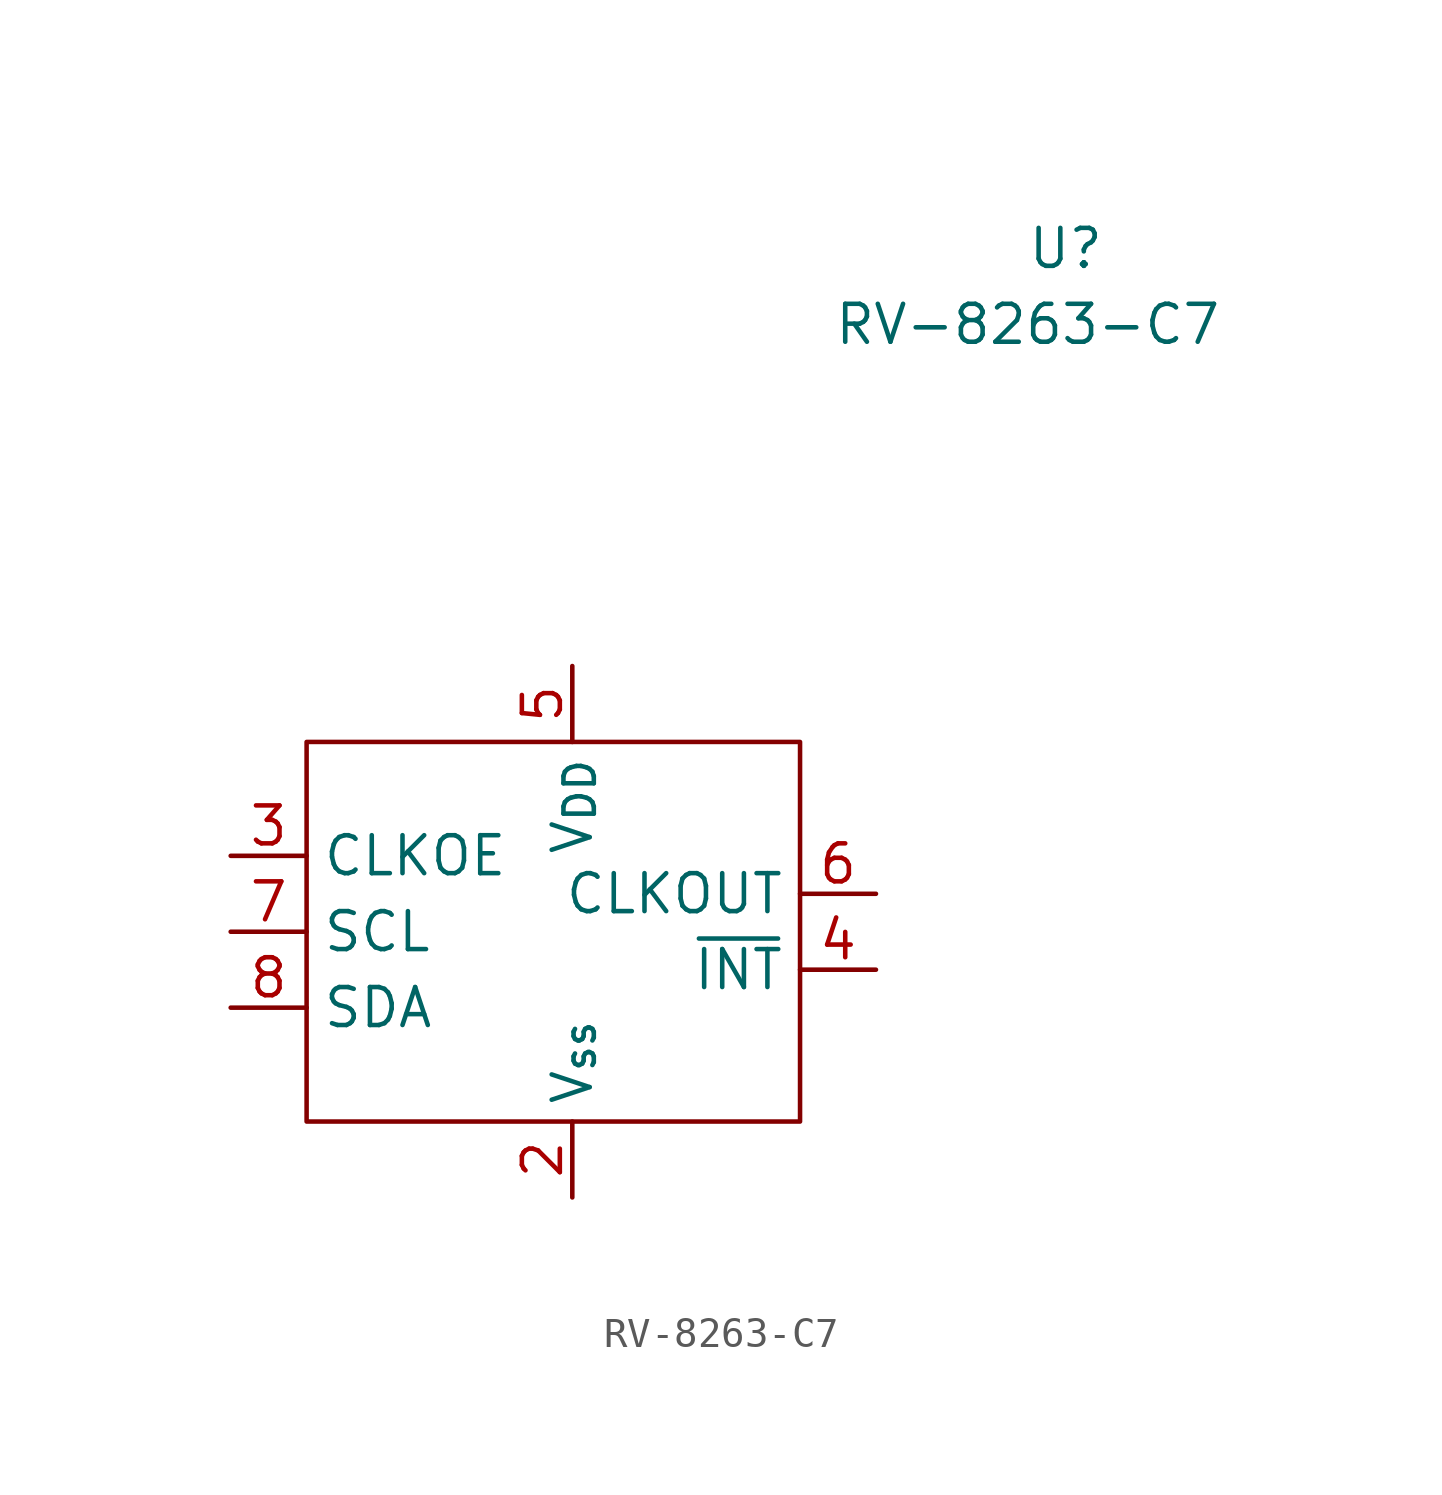
<source format=kicad_sym>
(kicad_symbol_lib
  (version 20211014)
  (generator kicad_symbol_editor)
  (symbol "RV-8263-C7"
    (property "Reference" "U"
      (at 16.51 22.86 0)
      (effects (font (size 1.27 1.27))))
    (property "Value" "RV-8263-C7"
      (at 15.24 20.32 0)
      (effects (font (size 1.27 1.27))))
    (symbol "RV-8263-C7_0_1"
      (rectangle (start -8.89 6.35) (end 7.62 -6.35) (stroke (width 0.152) (type default) (color 0 0 0 0)) (fill (type none))))
    (symbol "RV-8263-C7_1_1"
      (pin no_connect line (at 0 0 0) (length 2.54) hide (name "NC" (effects (font (size 1.27 1.27)))) (number "1" (effects (font (size 1.27 1.27)))))
      (pin power_in line (at 0 -8.89 90) (length 2.54) (name "V_{ss}" (effects (font (size 1.27 1.27)))) (number "2" (effects (font (size 1.27 1.27)))))
      (pin input line (at -11.43 2.54 0) (length 2.54) (name "CLKOE" (effects (font (size 1.27 1.27)))) (number "3" (effects (font (size 1.27 1.27)))))
      (pin output line (at 10.16 -1.27 180) (length 2.54) (name "~{INT}" (effects (font (size 1.27 1.27)))) (number "4" (effects (font (size 1.27 1.27)))))
      (pin power_in line (at 0 8.89 270) (length 2.54) (name "V_{DD}" (effects (font (size 1.27 1.27)))) (number "5" (effects (font (size 1.27 1.27)))))
      (pin output line (at 10.16 1.27 180) (length 2.54) (name "CLKOUT" (effects (font (size 1.27 1.27)))) (number "6" (effects (font (size 1.27 1.27)))))
      (pin open_collector line (at -11.43 0 0) (length 2.54) (name "SCL" (effects (font (size 1.27 1.27)))) (number "7" (effects (font (size 1.27 1.27)))))
      (pin open_collector line (at -11.43 -2.54 0) (length 2.54) (name "SDA" (effects (font (size 1.27 1.27)))) (number "8" (effects (font (size 1.27 1.27))))))))
</source>
